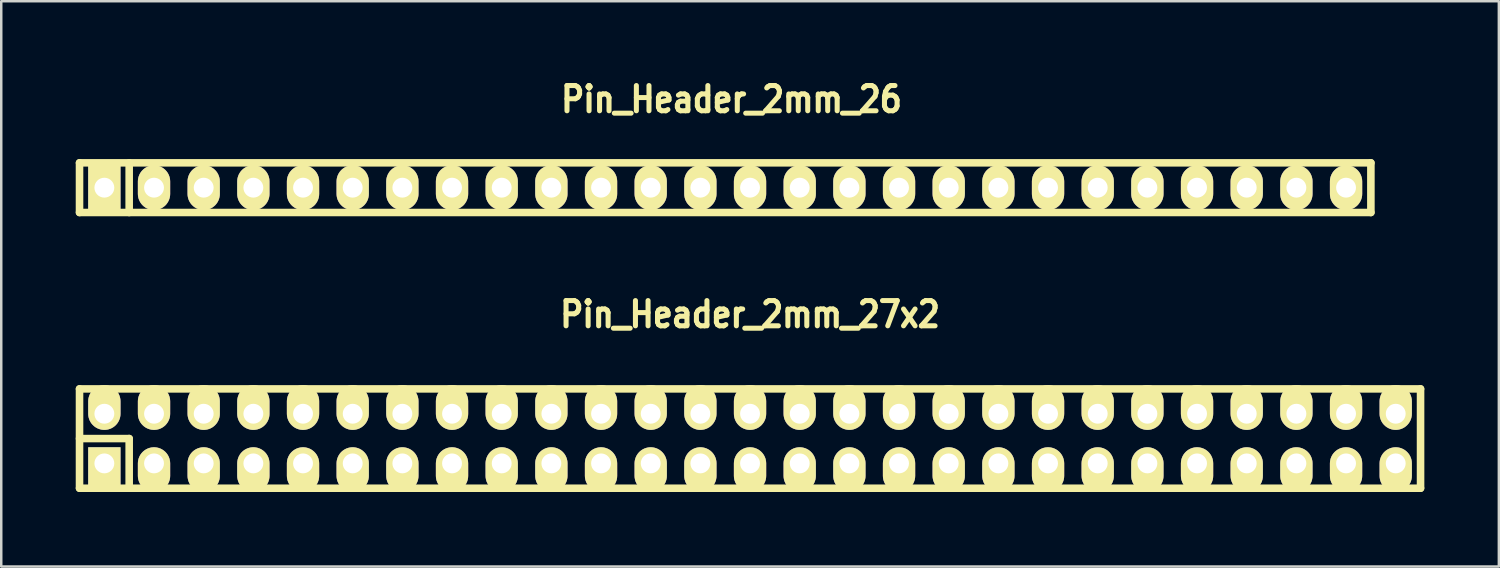
<source format=kicad_pcb>
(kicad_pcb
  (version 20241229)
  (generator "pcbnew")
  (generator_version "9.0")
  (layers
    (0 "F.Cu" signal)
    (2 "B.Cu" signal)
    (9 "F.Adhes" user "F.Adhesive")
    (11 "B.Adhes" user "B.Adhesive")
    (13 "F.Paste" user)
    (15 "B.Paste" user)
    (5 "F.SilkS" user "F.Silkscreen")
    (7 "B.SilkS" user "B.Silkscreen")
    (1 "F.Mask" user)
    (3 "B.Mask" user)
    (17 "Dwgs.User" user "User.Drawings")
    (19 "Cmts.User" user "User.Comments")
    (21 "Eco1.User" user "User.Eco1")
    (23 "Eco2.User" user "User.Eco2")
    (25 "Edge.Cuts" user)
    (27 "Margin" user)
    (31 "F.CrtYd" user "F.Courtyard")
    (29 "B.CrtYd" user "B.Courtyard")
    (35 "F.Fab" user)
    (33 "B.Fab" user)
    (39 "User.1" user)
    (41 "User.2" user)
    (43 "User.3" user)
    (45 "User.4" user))
  (footprint "Pin_Header_2mm_26"
    (layer "F.Cu")
    (at 26.152 4.507)
    (property "Reference" "Pin_Header_2mm_26" (at 0.254 -3.556 0) (layer "F.SilkS") (effects (font (size 1.016 0.889) (thickness 0.203))))
    (attr through_hole)
    (fp_line (start -26 -1) (end 26 -1) (stroke (width 0.305) (type solid)) (layer "F.SilkS"))
    (fp_line (start -26 1) (end -26 -1) (stroke (width 0.305) (type solid)) (layer "F.SilkS"))
    (fp_line (start -24 -1) (end -24 1) (stroke (width 0.305) (type solid)) (layer "F.SilkS"))
    (fp_line (start 26 -1) (end 26 1) (stroke (width 0.305) (type solid)) (layer "F.SilkS"))
    (fp_line (start 26 1) (end -26 1) (stroke (width 0.305) (type solid)) (layer "F.SilkS"))
    (pad "1" thru_hole rect (at -25 0) (size 1.3 1.8) (drill 0.8) (layers "*.Cu" "*.Mask" "F.SilkS"))
    (pad "2" thru_hole oval (at -23 0) (size 1.3 1.8) (drill 0.8) (layers "*.Cu" "*.Mask" "F.SilkS"))
    (pad "3" thru_hole oval (at -21 0) (size 1.3 1.8) (drill 0.8) (layers "*.Cu" "*.Mask" "F.SilkS"))
    (pad "4" thru_hole oval (at -19 0) (size 1.3 1.8) (drill 0.8) (layers "*.Cu" "*.Mask" "F.SilkS"))
    (pad "5" thru_hole oval (at -17 0) (size 1.3 1.8) (drill 0.8) (layers "*.Cu" "*.Mask" "F.SilkS"))
    (pad "6" thru_hole oval (at -15 0) (size 1.3 1.8) (drill 0.8) (layers "*.Cu" "*.Mask" "F.SilkS"))
    (pad "7" thru_hole oval (at -13 0) (size 1.3 1.8) (drill 0.8) (layers "*.Cu" "*.Mask" "F.SilkS"))
    (pad "8" thru_hole oval (at -11 0) (size 1.3 1.8) (drill 0.8) (layers "*.Cu" "*.Mask" "F.SilkS"))
    (pad "9" thru_hole oval (at -9 0) (size 1.3 1.8) (drill 0.8) (layers "*.Cu" "*.Mask" "F.SilkS"))
    (pad "10" thru_hole oval (at -7 0) (size 1.3 1.8) (drill 0.8) (layers "*.Cu" "*.Mask" "F.SilkS"))
    (pad "11" thru_hole oval (at -5 0) (size 1.3 1.8) (drill 0.8) (layers "*.Cu" "*.Mask" "F.SilkS"))
    (pad "12" thru_hole oval (at -3 0) (size 1.3 1.8) (drill 0.8) (layers "*.Cu" "*.Mask" "F.SilkS"))
    (pad "13" thru_hole oval (at -1 0) (size 1.3 1.8) (drill 0.8) (layers "*.Cu" "*.Mask" "F.SilkS"))
    (pad "14" thru_hole oval (at 1 0) (size 1.3 1.8) (drill 0.8) (layers "*.Cu" "*.Mask" "F.SilkS"))
    (pad "15" thru_hole oval (at 3 0) (size 1.3 1.8) (drill 0.8) (layers "*.Cu" "*.Mask" "F.SilkS"))
    (pad "16" thru_hole oval (at 5 0) (size 1.3 1.8) (drill 0.8) (layers "*.Cu" "*.Mask" "F.SilkS"))
    (pad "17" thru_hole oval (at 7 0) (size 1.3 1.8) (drill 0.8) (layers "*.Cu" "*.Mask" "F.SilkS"))
    (pad "18" thru_hole oval (at 9 0) (size 1.3 1.8) (drill 0.8) (layers "*.Cu" "*.Mask" "F.SilkS"))
    (pad "19" thru_hole oval (at 11 0) (size 1.3 1.8) (drill 0.8) (layers "*.Cu" "*.Mask" "F.SilkS"))
    (pad "20" thru_hole oval (at 13 0) (size 1.3 1.8) (drill 0.8) (layers "*.Cu" "*.Mask" "F.SilkS"))
    (pad "21" thru_hole oval (at 15 0) (size 1.3 1.8) (drill 0.8) (layers "*.Cu" "*.Mask" "F.SilkS"))
    (pad "22" thru_hole oval (at 17 0) (size 1.3 1.8) (drill 0.8) (layers "*.Cu" "*.Mask" "F.SilkS"))
    (pad "23" thru_hole oval (at 19 0) (size 1.3 1.8) (drill 0.8) (layers "*.Cu" "*.Mask" "F.SilkS"))
    (pad "24" thru_hole oval (at 21 0) (size 1.3 1.8) (drill 0.8) (layers "*.Cu" "*.Mask" "F.SilkS"))
    (pad "25" thru_hole oval (at 23 0) (size 1.3 1.8) (drill 0.8) (layers "*.Cu" "*.Mask" "F.SilkS"))
    (pad "26" thru_hole oval (at 25 0) (size 1.3 1.8) (drill 0.8) (layers "*.Cu" "*.Mask" "F.SilkS")))
  (footprint "Pin_Header_2mm_27x2"
    (layer "F.Cu")
    (at 27.152 14.61)
    (property "Reference" "Pin_Header_2mm_27x2" (at 0 -5 0) (layer "F.SilkS") (effects (font (size 1.016 0.889) (thickness 0.203))))
    (attr through_hole)
    (fp_line (start -27 -2) (end 27 -2) (stroke (width 0.305) (type solid)) (layer "F.SilkS"))
    (fp_line (start -27 0) (end -25 0) (stroke (width 0.305) (type solid)) (layer "F.SilkS"))
    (fp_line (start -27 2) (end -27 -2) (stroke (width 0.305) (type solid)) (layer "F.SilkS"))
    (fp_line (start -25 0) (end -25 2) (stroke (width 0.305) (type solid)) (layer "F.SilkS"))
    (fp_line (start 27 -2) (end 27 2) (stroke (width 0.305) (type solid)) (layer "F.SilkS"))
    (fp_line (start 27 2) (end -27 2) (stroke (width 0.305) (type solid)) (layer "F.SilkS"))
    (pad "1" thru_hole rect (at -26 1) (size 1.3 1.8) (drill 0.8 (offset 0 0.25)) (layers "*.Cu" "*.Mask" "F.SilkS"))
    (pad "2" thru_hole oval (at -26 -1) (size 1.3 1.8) (drill 0.8 (offset 0 -0.25)) (layers "*.Cu" "*.Mask" "F.SilkS"))
    (pad "3" thru_hole oval (at -24 1) (size 1.3 1.8) (drill 0.8 (offset 0 0.25)) (layers "*.Cu" "*.Mask" "F.SilkS"))
    (pad "4" thru_hole oval (at -24 -1) (size 1.3 1.8) (drill 0.8 (offset 0 -0.25)) (layers "*.Cu" "*.Mask" "F.SilkS"))
    (pad "5" thru_hole oval (at -22 1) (size 1.3 1.8) (drill 0.8 (offset 0 0.25)) (layers "*.Cu" "*.Mask" "F.SilkS"))
    (pad "6" thru_hole oval (at -22 -1) (size 1.3 1.8) (drill 0.8 (offset 0 -0.25)) (layers "*.Cu" "*.Mask" "F.SilkS"))
    (pad "7" thru_hole oval (at -20 1) (size 1.3 1.8) (drill 0.8 (offset 0 0.25)) (layers "*.Cu" "*.Mask" "F.SilkS"))
    (pad "8" thru_hole oval (at -20 -1) (size 1.3 1.8) (drill 0.8 (offset 0 -0.25)) (layers "*.Cu" "*.Mask" "F.SilkS"))
    (pad "9" thru_hole oval (at -18 1) (size 1.3 1.8) (drill 0.8 (offset 0 0.25)) (layers "*.Cu" "*.Mask" "F.SilkS"))
    (pad "10" thru_hole oval (at -18 -1) (size 1.3 1.8) (drill 0.8 (offset 0 -0.25)) (layers "*.Cu" "*.Mask" "F.SilkS"))
    (pad "11" thru_hole oval (at -16 1) (size 1.3 1.8) (drill 0.8 (offset 0 0.25)) (layers "*.Cu" "*.Mask" "F.SilkS"))
    (pad "12" thru_hole oval (at -16 -1) (size 1.3 1.8) (drill 0.8 (offset 0 -0.25)) (layers "*.Cu" "*.Mask" "F.SilkS"))
    (pad "13" thru_hole oval (at -14 1) (size 1.3 1.8) (drill 0.8 (offset 0 0.25)) (layers "*.Cu" "*.Mask" "F.SilkS"))
    (pad "14" thru_hole oval (at -14 -1) (size 1.3 1.8) (drill 0.8 (offset 0 -0.25)) (layers "*.Cu" "*.Mask" "F.SilkS"))
    (pad "15" thru_hole oval (at -12 1) (size 1.3 1.8) (drill 0.8 (offset 0 0.25)) (layers "*.Cu" "*.Mask" "F.SilkS"))
    (pad "16" thru_hole oval (at -12 -1) (size 1.3 1.8) (drill 0.8 (offset 0 -0.25)) (layers "*.Cu" "*.Mask" "F.SilkS"))
    (pad "17" thru_hole oval (at -10 1) (size 1.3 1.8) (drill 0.8 (offset 0 0.25)) (layers "*.Cu" "*.Mask" "F.SilkS"))
    (pad "18" thru_hole oval (at -10 -1) (size 1.3 1.8) (drill 0.8 (offset 0 -0.25)) (layers "*.Cu" "*.Mask" "F.SilkS"))
    (pad "19" thru_hole oval (at -8 1) (size 1.3 1.8) (drill 0.8 (offset 0 0.25)) (layers "*.Cu" "*.Mask" "F.SilkS"))
    (pad "20" thru_hole oval (at -8 -1) (size 1.3 1.8) (drill 0.8 (offset 0 -0.25)) (layers "*.Cu" "*.Mask" "F.SilkS"))
    (pad "21" thru_hole oval (at -6 1) (size 1.3 1.8) (drill 0.8 (offset 0 0.25)) (layers "*.Cu" "*.Mask" "F.SilkS"))
    (pad "22" thru_hole oval (at -6 -1) (size 1.3 1.8) (drill 0.8 (offset 0 -0.25)) (layers "*.Cu" "*.Mask" "F.SilkS"))
    (pad "23" thru_hole oval (at -4 1) (size 1.3 1.8) (drill 0.8 (offset 0 0.25)) (layers "*.Cu" "*.Mask" "F.SilkS"))
    (pad "24" thru_hole oval (at -4 -1) (size 1.3 1.8) (drill 0.8 (offset 0 -0.25)) (layers "*.Cu" "*.Mask" "F.SilkS"))
    (pad "25" thru_hole oval (at -2 1) (size 1.3 1.8) (drill 0.8 (offset 0 0.25)) (layers "*.Cu" "*.Mask" "F.SilkS"))
    (pad "26" thru_hole oval (at -2 -1) (size 1.3 1.8) (drill 0.8 (offset 0 -0.25)) (layers "*.Cu" "*.Mask" "F.SilkS"))
    (pad "27" thru_hole oval (at 0 1) (size 1.3 1.8) (drill 0.8 (offset 0 0.25)) (layers "*.Cu" "*.Mask" "F.SilkS"))
    (pad "28" thru_hole oval (at 0 -1) (size 1.3 1.8) (drill 0.8 (offset 0 -0.25)) (layers "*.Cu" "*.Mask" "F.SilkS"))
    (pad "29" thru_hole oval (at 2 1) (size 1.3 1.8) (drill 0.8 (offset 0 0.25)) (layers "*.Cu" "*.Mask" "F.SilkS"))
    (pad "30" thru_hole oval (at 2 -1) (size 1.3 1.8) (drill 0.8 (offset 0 -0.25)) (layers "*.Cu" "*.Mask" "F.SilkS"))
    (pad "31" thru_hole oval (at 4 1) (size 1.3 1.8) (drill 0.8 (offset 0 0.25)) (layers "*.Cu" "*.Mask" "F.SilkS"))
    (pad "32" thru_hole oval (at 4 -1) (size 1.3 1.8) (drill 0.8 (offset 0 -0.25)) (layers "*.Cu" "*.Mask" "F.SilkS"))
    (pad "33" thru_hole oval (at 6 1) (size 1.3 1.8) (drill 0.8 (offset 0 0.25)) (layers "*.Cu" "*.Mask" "F.SilkS"))
    (pad "34" thru_hole oval (at 6 -1) (size 1.3 1.8) (drill 0.8 (offset 0 -0.25)) (layers "*.Cu" "*.Mask" "F.SilkS"))
    (pad "35" thru_hole oval (at 8 1) (size 1.3 1.8) (drill 0.8 (offset 0 0.25)) (layers "*.Cu" "*.Mask" "F.SilkS"))
    (pad "36" thru_hole oval (at 8 -1) (size 1.3 1.8) (drill 0.8 (offset 0 -0.25)) (layers "*.Cu" "*.Mask" "F.SilkS"))
    (pad "37" thru_hole oval (at 10 1) (size 1.3 1.8) (drill 0.8 (offset 0 0.25)) (layers "*.Cu" "*.Mask" "F.SilkS"))
    (pad "38" thru_hole oval (at 10 -1) (size 1.3 1.8) (drill 0.8 (offset 0 -0.25)) (layers "*.Cu" "*.Mask" "F.SilkS"))
    (pad "39" thru_hole oval (at 12 1) (size 1.3 1.8) (drill 0.8 (offset 0 0.25)) (layers "*.Cu" "*.Mask" "F.SilkS"))
    (pad "40" thru_hole oval (at 12 -1) (size 1.3 1.8) (drill 0.8 (offset 0 -0.25)) (layers "*.Cu" "*.Mask" "F.SilkS"))
    (pad "41" thru_hole oval (at 14 1) (size 1.3 1.8) (drill 0.8 (offset 0 0.25)) (layers "*.Cu" "*.Mask" "F.SilkS"))
    (pad "42" thru_hole oval (at 14 -1) (size 1.3 1.8) (drill 0.8 (offset 0 -0.25)) (layers "*.Cu" "*.Mask" "F.SilkS"))
    (pad "43" thru_hole oval (at 16 1) (size 1.3 1.8) (drill 0.8 (offset 0 0.25)) (layers "*.Cu" "*.Mask" "F.SilkS"))
    (pad "44" thru_hole oval (at 16 -1) (size 1.3 1.8) (drill 0.8 (offset 0 -0.25)) (layers "*.Cu" "*.Mask" "F.SilkS"))
    (pad "45" thru_hole oval (at 18 1) (size 1.3 1.8) (drill 0.8 (offset 0 0.25)) (layers "*.Cu" "*.Mask" "F.SilkS"))
    (pad "46" thru_hole oval (at 18 -1) (size 1.3 1.8) (drill 0.8 (offset 0 -0.25)) (layers "*.Cu" "*.Mask" "F.SilkS"))
    (pad "47" thru_hole oval (at 20 1) (size 1.3 1.8) (drill 0.8 (offset 0 0.25)) (layers "*.Cu" "*.Mask" "F.SilkS"))
    (pad "48" thru_hole oval (at 20 -1) (size 1.3 1.8) (drill 0.8 (offset 0 -0.25)) (layers "*.Cu" "*.Mask" "F.SilkS"))
    (pad "49" thru_hole oval (at 22 1) (size 1.3 1.8) (drill 0.8 (offset 0 0.25)) (layers "*.Cu" "*.Mask" "F.SilkS"))
    (pad "50" thru_hole oval (at 22 -1) (size 1.3 1.8) (drill 0.8 (offset 0 -0.25)) (layers "*.Cu" "*.Mask" "F.SilkS"))
    (pad "51" thru_hole oval (at 24 1) (size 1.3 1.8) (drill 0.8 (offset 0 0.25)) (layers "*.Cu" "*.Mask" "F.SilkS"))
    (pad "52" thru_hole oval (at 24 -1) (size 1.3 1.8) (drill 0.8 (offset 0 -0.25)) (layers "*.Cu" "*.Mask" "F.SilkS"))
    (pad "53" thru_hole oval (at 26 1) (size 1.3 1.8) (drill 0.8 (offset 0 0.25)) (layers "*.Cu" "*.Mask" "F.SilkS"))
    (pad "54" thru_hole oval (at 26 -1) (size 1.3 1.8) (drill 0.8 (offset 0 -0.25)) (layers "*.Cu" "*.Mask" "F.SilkS")))
  (gr_rect
    (start -3 -3)
    (end 57.305 19.763)
    (stroke (width 0.1) (type default))
    (fill no)
    (layer "Edge.Cuts")))
</source>
